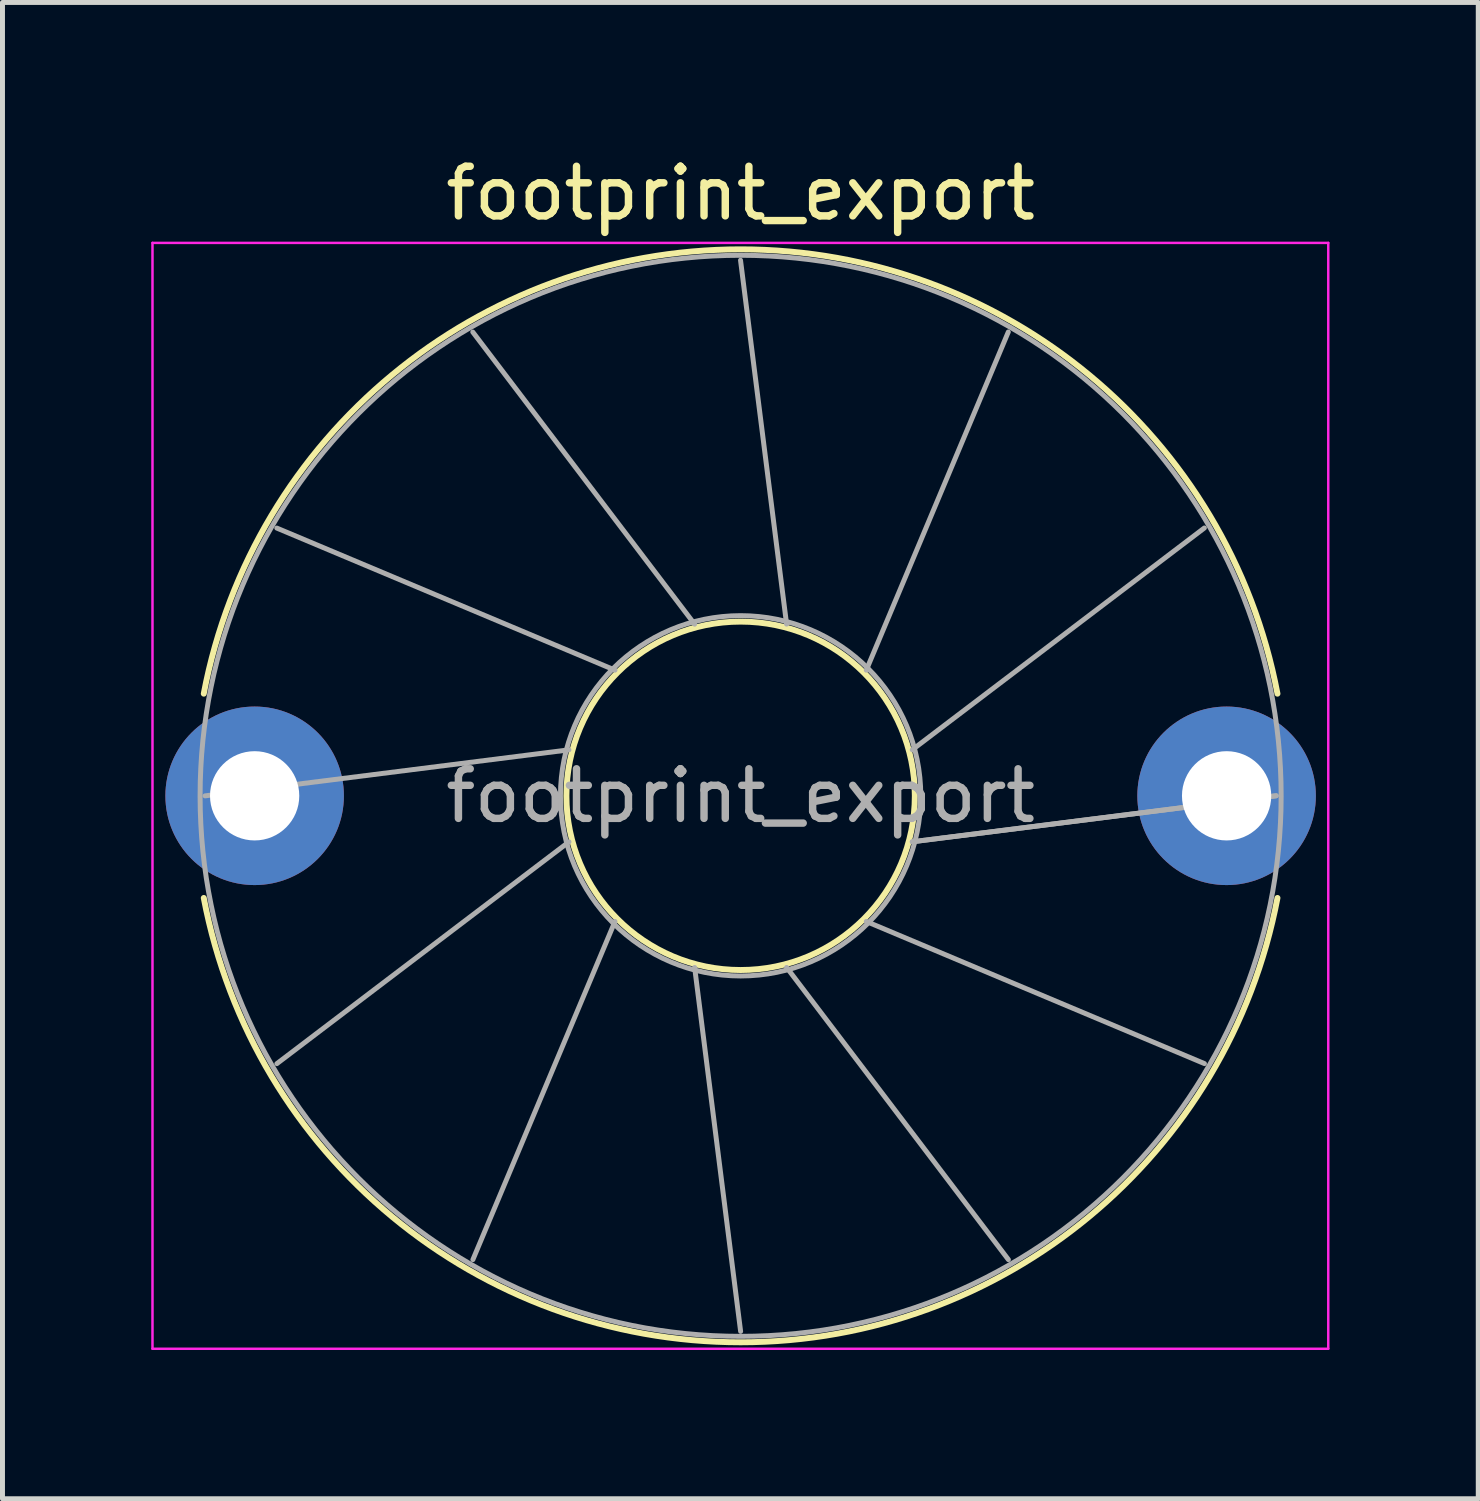
<source format=kicad_pcb>
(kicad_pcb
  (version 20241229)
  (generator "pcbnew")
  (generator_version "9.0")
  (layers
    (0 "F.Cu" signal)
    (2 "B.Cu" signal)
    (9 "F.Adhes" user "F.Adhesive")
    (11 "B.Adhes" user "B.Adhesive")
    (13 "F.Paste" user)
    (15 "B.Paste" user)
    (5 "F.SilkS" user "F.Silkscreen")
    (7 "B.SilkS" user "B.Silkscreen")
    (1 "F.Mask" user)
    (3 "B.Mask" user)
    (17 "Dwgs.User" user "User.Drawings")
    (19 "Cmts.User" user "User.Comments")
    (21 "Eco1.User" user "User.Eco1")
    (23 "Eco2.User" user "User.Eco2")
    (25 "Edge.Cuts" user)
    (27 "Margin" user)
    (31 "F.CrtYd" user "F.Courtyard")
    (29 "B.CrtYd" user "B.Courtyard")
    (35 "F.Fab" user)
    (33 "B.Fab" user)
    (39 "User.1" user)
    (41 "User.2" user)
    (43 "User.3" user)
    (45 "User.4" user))
  (footprint "footprint_export"
    (layer "F.Cu")
    (at 2.085 12.998)
    (property "Reference" "footprint_export" (at 9.8 -12.15 0) (layer "F.SilkS") (effects (font (size 1 1) (thickness 0.15))))
    (attr through_hole)
    (fp_arc (start -1.025747 -2.06) (mid 9.8 -11.02) (end 20.625747 -2.06) (stroke (width 0.12) (type solid)) (layer "F.SilkS"))
    (fp_arc (start 20.625747 2.06) (mid 9.8 11.02) (end -1.025747 2.06) (stroke (width 0.12) (type solid)) (layer "F.SilkS"))
    (fp_circle (center 9.8 0) (end 13.313 0) (stroke (width 0.12) (type solid)) (fill no) (layer "F.SilkS"))
    (fp_line (start -2.06 -11.15) (end -2.06 11.15) (stroke (width 0.05) (type solid)) (layer "F.CrtYd"))
    (fp_line (start -2.06 11.15) (end 21.65 11.15) (stroke (width 0.05) (type solid)) (layer "F.CrtYd"))
    (fp_line (start 21.65 -11.15) (end -2.06 -11.15) (stroke (width 0.05) (type solid)) (layer "F.CrtYd"))
    (fp_line (start 21.65 11.15) (end 21.65 -11.15) (stroke (width 0.05) (type solid)) (layer "F.CrtYd"))
    (fp_line (start -1 0.001) (end 6.338 -0.927) (stroke (width 0.1) (type solid)) (layer "F.Fab"))
    (fp_line (start 0.447 -5.399) (end 7.266 -2.534) (stroke (width 0.1) (type solid)) (layer "F.Fab"))
    (fp_line (start 0.448 5.401) (end 6.339 0.928) (stroke (width 0.1) (type solid)) (layer "F.Fab"))
    (fp_line (start 4.399 -9.352) (end 8.872 -3.461) (stroke (width 0.1) (type solid)) (layer "F.Fab"))
    (fp_line (start 4.401 9.353) (end 7.266 2.534) (stroke (width 0.1) (type solid)) (layer "F.Fab"))
    (fp_line (start 9.798 -10.8) (end 10.727 -3.462) (stroke (width 0.1) (type solid)) (layer "F.Fab"))
    (fp_line (start 9.8 10.8) (end 8.873 3.462) (stroke (width 0.1) (type solid)) (layer "F.Fab"))
    (fp_line (start 15.198 -9.354) (end 12.334 -2.534) (stroke (width 0.1) (type solid)) (layer "F.Fab"))
    (fp_line (start 15.2 9.353) (end 10.728 3.461) (stroke (width 0.1) (type solid)) (layer "F.Fab"))
    (fp_line (start 19.152 -5.401) (end 13.261 -0.928) (stroke (width 0.1) (type solid)) (layer "F.Fab"))
    (fp_line (start 19.153 5.4) (end 12.334 2.534) (stroke (width 0.1) (type solid)) (layer "F.Fab"))
    (fp_line (start 20.6 -0.002) (end 13.262 0.927) (stroke (width 0.1) (type solid)) (layer "F.Fab"))
    (fp_line (start 20.6 0) (end 13.261 0.927) (stroke (width 0.1) (type solid)) (layer "F.Fab"))
    (fp_circle (center 9.8 0) (end 13.433 0) (stroke (width 0.1) (type solid)) (fill no) (layer "F.Fab"))
    (fp_circle (center 9.8 0) (end 20.7 0) (stroke (width 0.1) (type solid)) (fill no) (layer "F.Fab"))
    (fp_text user "${REFERENCE}" (at 9.8 0 0) (layer "F.Fab") (effects (font (size 1 1) (thickness 0.15))))
    (pad "1" thru_hole circle (at 0 0) (size 3.6 3.6) (drill 1.8) (layers "*.Cu" "*.Mask"))
    (pad "2" thru_hole circle (at 19.6 0) (size 3.6 3.6) (drill 1.8) (layers "*.Cu" "*.Mask")))
  (gr_rect
    (start -3 -3)
    (end 26.76 27.173)
    (stroke (width 0.1) (type default))
    (fill no)
    (layer "Edge.Cuts")))
</source>
